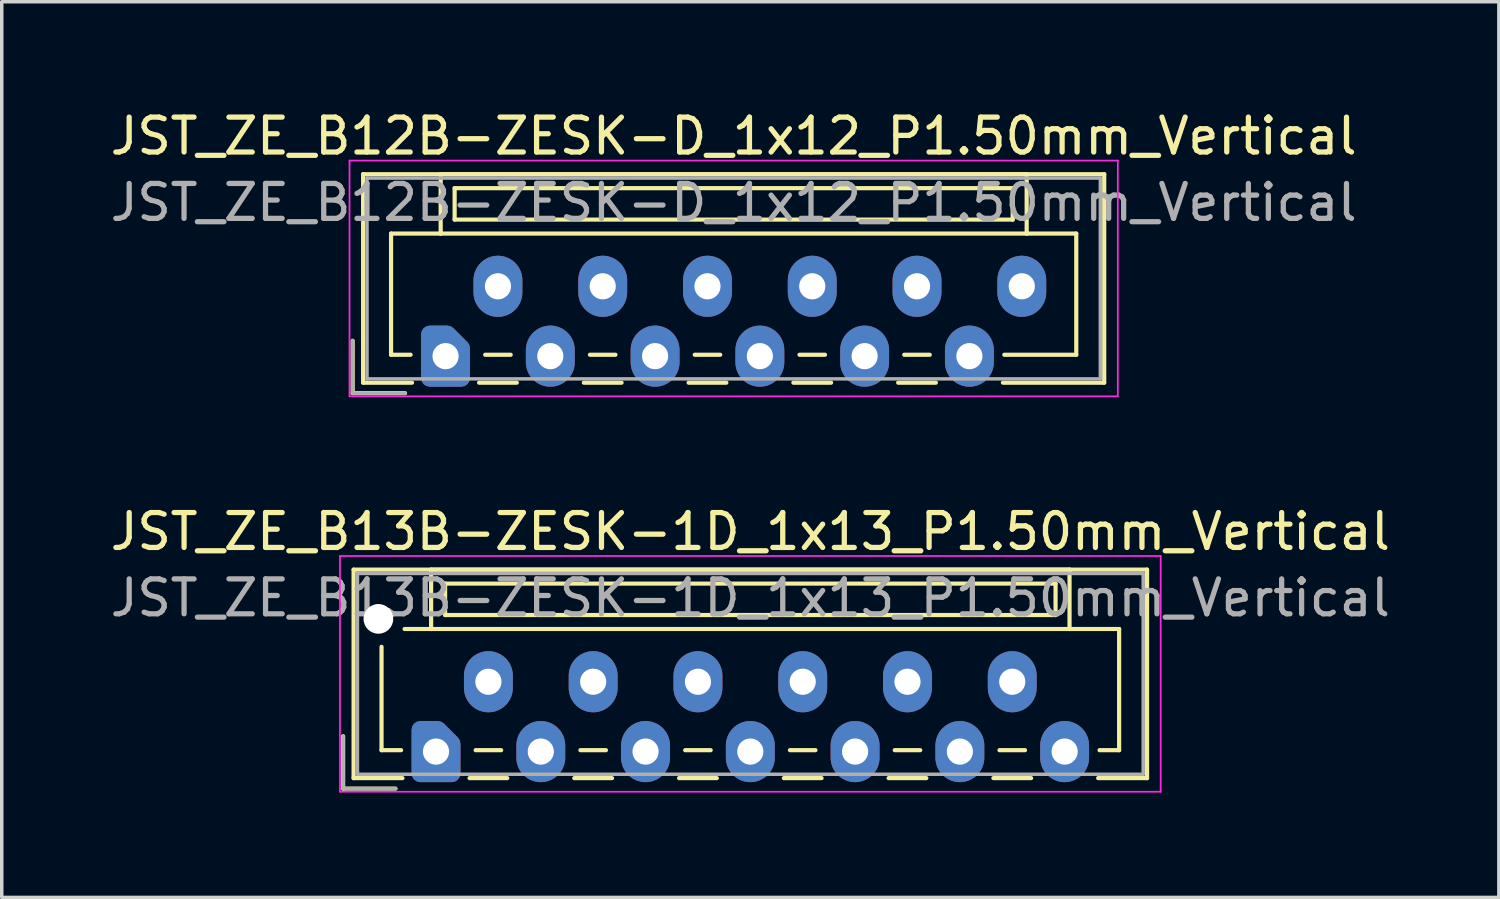
<source format=kicad_pcb>
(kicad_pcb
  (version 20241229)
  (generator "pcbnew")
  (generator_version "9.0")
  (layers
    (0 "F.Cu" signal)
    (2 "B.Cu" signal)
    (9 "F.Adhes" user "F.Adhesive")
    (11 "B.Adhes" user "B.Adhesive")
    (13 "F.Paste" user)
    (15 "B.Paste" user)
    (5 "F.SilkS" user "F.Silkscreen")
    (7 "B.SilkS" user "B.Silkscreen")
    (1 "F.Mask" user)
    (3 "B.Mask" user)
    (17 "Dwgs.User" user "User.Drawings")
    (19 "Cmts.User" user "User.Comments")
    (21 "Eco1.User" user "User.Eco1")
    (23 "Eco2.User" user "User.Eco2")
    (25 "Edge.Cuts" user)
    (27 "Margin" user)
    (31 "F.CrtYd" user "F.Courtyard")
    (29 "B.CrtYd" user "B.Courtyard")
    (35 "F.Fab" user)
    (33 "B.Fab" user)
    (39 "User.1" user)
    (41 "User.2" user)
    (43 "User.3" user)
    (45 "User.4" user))
  (footprint "JST_ZE_B13B-ZESK-1D_1x13_P1.50mm_Vertical"
    (layer "F.Cu")
    (at 9.435 18.471)
    (property "Reference" "JST_ZE_B13B-ZESK-1D_1x13_P1.50mm_Vertical" (at 9 -6.3 0) (layer "F.SilkS") (effects (font (size 1 1) (thickness 0.15))))
    (attr through_hole)
    (fp_line (start -2.66 -0.44) (end -2.66 1.06) (stroke (width 0.12) (type solid)) (layer "F.SilkS"))
    (fp_line (start -2.66 1.06) (end -1.16 1.06) (stroke (width 0.12) (type solid)) (layer "F.SilkS"))
    (fp_line (start -2.36 -5.21) (end 20.36 -5.21) (stroke (width 0.12) (type solid)) (layer "F.SilkS"))
    (fp_line (start -2.36 0.76) (end -2.36 -5.21) (stroke (width 0.12) (type solid)) (layer "F.SilkS"))
    (fp_line (start -1.56 -3) (end -1.56 -0.04) (stroke (width 0.12) (type solid)) (layer "F.SilkS"))
    (fp_line (start -1.56 -0.04) (end -1 -0.04) (stroke (width 0.12) (type solid)) (layer "F.SilkS"))
    (fp_line (start -0.96 0.76) (end -2.36 0.76) (stroke (width 0.12) (type solid)) (layer "F.SilkS"))
    (fp_line (start -0.14 -5.21) (end -0.14 -3.51) (stroke (width 0.12) (type solid)) (layer "F.SilkS"))
    (fp_line (start -0.14 -3.51) (end -0.9 -3.51) (stroke (width 0.12) (type solid)) (layer "F.SilkS"))
    (fp_line (start -0.14 -3.51) (end 18.14 -3.51) (stroke (width 0.12) (type solid)) (layer "F.SilkS"))
    (fp_line (start 0.26 -4.81) (end 0.26 -3.91) (stroke (width 0.12) (type solid)) (layer "F.SilkS"))
    (fp_line (start 0.26 -3.91) (end 17.74 -3.91) (stroke (width 0.12) (type solid)) (layer "F.SilkS"))
    (fp_line (start 0.96 0.76) (end 2.04 0.76) (stroke (width 0.12) (type solid)) (layer "F.SilkS"))
    (fp_line (start 1.135 -0.04) (end 1.865 -0.04) (stroke (width 0.12) (type solid)) (layer "F.SilkS"))
    (fp_line (start 3.96 0.76) (end 5.04 0.76) (stroke (width 0.12) (type solid)) (layer "F.SilkS"))
    (fp_line (start 4.135 -0.04) (end 4.865 -0.04) (stroke (width 0.12) (type solid)) (layer "F.SilkS"))
    (fp_line (start 6.96 0.76) (end 8.04 0.76) (stroke (width 0.12) (type solid)) (layer "F.SilkS"))
    (fp_line (start 7.135 -0.04) (end 7.865 -0.04) (stroke (width 0.12) (type solid)) (layer "F.SilkS"))
    (fp_line (start 9.96 0.76) (end 11.04 0.76) (stroke (width 0.12) (type solid)) (layer "F.SilkS"))
    (fp_line (start 10.135 -0.04) (end 10.865 -0.04) (stroke (width 0.12) (type solid)) (layer "F.SilkS"))
    (fp_line (start 12.96 0.76) (end 14.04 0.76) (stroke (width 0.12) (type solid)) (layer "F.SilkS"))
    (fp_line (start 13.135 -0.04) (end 13.865 -0.04) (stroke (width 0.12) (type solid)) (layer "F.SilkS"))
    (fp_line (start 15.96 0.76) (end 17.04 0.76) (stroke (width 0.12) (type solid)) (layer "F.SilkS"))
    (fp_line (start 16.135 -0.04) (end 16.865 -0.04) (stroke (width 0.12) (type solid)) (layer "F.SilkS"))
    (fp_line (start 17.74 -4.81) (end 0.26 -4.81) (stroke (width 0.12) (type solid)) (layer "F.SilkS"))
    (fp_line (start 17.74 -3.91) (end 17.74 -4.81) (stroke (width 0.12) (type solid)) (layer "F.SilkS"))
    (fp_line (start 18.14 -5.21) (end -0.14 -5.21) (stroke (width 0.12) (type solid)) (layer "F.SilkS"))
    (fp_line (start 18.14 -3.51) (end 18.14 -5.21) (stroke (width 0.12) (type solid)) (layer "F.SilkS"))
    (fp_line (start 18.14 -3.51) (end 19.56 -3.51) (stroke (width 0.12) (type solid)) (layer "F.SilkS"))
    (fp_line (start 19.56 -3.51) (end 19.56 -0.04) (stroke (width 0.12) (type solid)) (layer "F.SilkS"))
    (fp_line (start 19.56 -0.04) (end 19 -0.04) (stroke (width 0.12) (type solid)) (layer "F.SilkS"))
    (fp_line (start 20.36 -5.21) (end 20.36 0.76) (stroke (width 0.12) (type solid)) (layer "F.SilkS"))
    (fp_line (start 20.36 0.76) (end 18.96 0.76) (stroke (width 0.12) (type solid)) (layer "F.SilkS"))
    (fp_line (start -2.75 -5.6) (end -2.75 1.15) (stroke (width 0.05) (type solid)) (layer "F.CrtYd"))
    (fp_line (start -2.75 1.15) (end 20.75 1.15) (stroke (width 0.05) (type solid)) (layer "F.CrtYd"))
    (fp_line (start 20.75 -5.6) (end -2.75 -5.6) (stroke (width 0.05) (type solid)) (layer "F.CrtYd"))
    (fp_line (start 20.75 1.15) (end 20.75 -5.6) (stroke (width 0.05) (type solid)) (layer "F.CrtYd"))
    (fp_line (start -2.66 -0.44) (end -2.66 1.06) (stroke (width 0.1) (type solid)) (layer "F.Fab"))
    (fp_line (start -2.66 1.06) (end -1.16 1.06) (stroke (width 0.1) (type solid)) (layer "F.Fab"))
    (fp_line (start -2.25 -5.1) (end -2.25 0.65) (stroke (width 0.1) (type solid)) (layer "F.Fab"))
    (fp_line (start -2.25 0.65) (end 20.25 0.65) (stroke (width 0.1) (type solid)) (layer "F.Fab"))
    (fp_line (start 20.25 -5.1) (end -2.25 -5.1) (stroke (width 0.1) (type solid)) (layer "F.Fab"))
    (fp_line (start 20.25 0.65) (end 20.25 -5.1) (stroke (width 0.1) (type solid)) (layer "F.Fab"))
    (fp_text user "${REFERENCE}" (at 9 -4.4 0) (layer "F.Fab") (effects (font (size 1 1) (thickness 0.15))))
    (pad "" np_thru_hole circle (at -1.65 -3.8) (size 0.85 0.85) (drill 0.85) (layers "*.Cu" "*.Mask"))
    (pad "1" thru_hole custom (at 0 0) (size 1.117 1.117) (drill 0.75) (layers "*.Cu" "*.Mask") (options (anchor circle)) (primitives (gr_poly (pts (xy 0.45 -0.225) (xy 0.45 0.625) (xy -0.45 0.625) (xy -0.45 -0.625) (xy 0.05 -0.625)) (width 0.5) (fill yes))))
    (pad "2" thru_hole oval (at 1.5 -2) (size 1.4 1.75) (drill 0.75) (layers "*.Cu" "*.Mask"))
    (pad "3" thru_hole oval (at 3 0) (size 1.4 1.75) (drill 0.75) (layers "*.Cu" "*.Mask"))
    (pad "4" thru_hole oval (at 4.5 -2) (size 1.4 1.75) (drill 0.75) (layers "*.Cu" "*.Mask"))
    (pad "5" thru_hole oval (at 6 0) (size 1.4 1.75) (drill 0.75) (layers "*.Cu" "*.Mask"))
    (pad "6" thru_hole oval (at 7.5 -2) (size 1.4 1.75) (drill 0.75) (layers "*.Cu" "*.Mask"))
    (pad "7" thru_hole oval (at 9 0) (size 1.4 1.75) (drill 0.75) (layers "*.Cu" "*.Mask"))
    (pad "8" thru_hole oval (at 10.5 -2) (size 1.4 1.75) (drill 0.75) (layers "*.Cu" "*.Mask"))
    (pad "9" thru_hole oval (at 12 0) (size 1.4 1.75) (drill 0.75) (layers "*.Cu" "*.Mask"))
    (pad "10" thru_hole oval (at 13.5 -2) (size 1.4 1.75) (drill 0.75) (layers "*.Cu" "*.Mask"))
    (pad "11" thru_hole oval (at 15 0) (size 1.4 1.75) (drill 0.75) (layers "*.Cu" "*.Mask"))
    (pad "12" thru_hole oval (at 16.5 -2) (size 1.4 1.75) (drill 0.75) (layers "*.Cu" "*.Mask"))
    (pad "13" thru_hole oval (at 18 0) (size 1.4 1.75) (drill 0.75) (layers "*.Cu" "*.Mask")))
  (footprint "JST_ZE_B12B-ZESK-D_1x12_P1.50mm_Vertical"
    (layer "F.Cu")
    (at 9.708 7.148)
    (property "Reference" "JST_ZE_B12B-ZESK-D_1x12_P1.50mm_Vertical" (at 8.25 -6.3 0) (layer "F.SilkS") (effects (font (size 1 1) (thickness 0.15))))
    (attr through_hole)
    (fp_line (start -2.66 -0.44) (end -2.66 1.06) (stroke (width 0.12) (type solid)) (layer "F.SilkS"))
    (fp_line (start -2.66 1.06) (end -1.16 1.06) (stroke (width 0.12) (type solid)) (layer "F.SilkS"))
    (fp_line (start -2.36 -5.21) (end 18.86 -5.21) (stroke (width 0.12) (type solid)) (layer "F.SilkS"))
    (fp_line (start -2.36 0.76) (end -2.36 -5.21) (stroke (width 0.12) (type solid)) (layer "F.SilkS"))
    (fp_line (start -1.56 -3.51) (end -1.56 -0.04) (stroke (width 0.12) (type solid)) (layer "F.SilkS"))
    (fp_line (start -1.56 -0.04) (end -1 -0.04) (stroke (width 0.12) (type solid)) (layer "F.SilkS"))
    (fp_line (start -0.96 0.76) (end -2.36 0.76) (stroke (width 0.12) (type solid)) (layer "F.SilkS"))
    (fp_line (start -0.14 -5.21) (end -0.14 -3.51) (stroke (width 0.12) (type solid)) (layer "F.SilkS"))
    (fp_line (start -0.14 -3.51) (end -1.56 -3.51) (stroke (width 0.12) (type solid)) (layer "F.SilkS"))
    (fp_line (start -0.14 -3.51) (end 16.64 -3.51) (stroke (width 0.12) (type solid)) (layer "F.SilkS"))
    (fp_line (start 0.26 -4.81) (end 0.26 -3.91) (stroke (width 0.12) (type solid)) (layer "F.SilkS"))
    (fp_line (start 0.26 -3.91) (end 16.24 -3.91) (stroke (width 0.12) (type solid)) (layer "F.SilkS"))
    (fp_line (start 0.96 0.76) (end 2.04 0.76) (stroke (width 0.12) (type solid)) (layer "F.SilkS"))
    (fp_line (start 1.135 -0.04) (end 1.865 -0.04) (stroke (width 0.12) (type solid)) (layer "F.SilkS"))
    (fp_line (start 3.96 0.76) (end 5.04 0.76) (stroke (width 0.12) (type solid)) (layer "F.SilkS"))
    (fp_line (start 4.135 -0.04) (end 4.865 -0.04) (stroke (width 0.12) (type solid)) (layer "F.SilkS"))
    (fp_line (start 6.96 0.76) (end 8.04 0.76) (stroke (width 0.12) (type solid)) (layer "F.SilkS"))
    (fp_line (start 7.135 -0.04) (end 7.865 -0.04) (stroke (width 0.12) (type solid)) (layer "F.SilkS"))
    (fp_line (start 9.96 0.76) (end 11.04 0.76) (stroke (width 0.12) (type solid)) (layer "F.SilkS"))
    (fp_line (start 10.135 -0.04) (end 10.865 -0.04) (stroke (width 0.12) (type solid)) (layer "F.SilkS"))
    (fp_line (start 12.96 0.76) (end 14.04 0.76) (stroke (width 0.12) (type solid)) (layer "F.SilkS"))
    (fp_line (start 13.135 -0.04) (end 13.865 -0.04) (stroke (width 0.12) (type solid)) (layer "F.SilkS"))
    (fp_line (start 16.24 -4.81) (end 0.26 -4.81) (stroke (width 0.12) (type solid)) (layer "F.SilkS"))
    (fp_line (start 16.24 -3.91) (end 16.24 -4.81) (stroke (width 0.12) (type solid)) (layer "F.SilkS"))
    (fp_line (start 16.64 -5.21) (end -0.14 -5.21) (stroke (width 0.12) (type solid)) (layer "F.SilkS"))
    (fp_line (start 16.64 -3.51) (end 16.64 -5.21) (stroke (width 0.12) (type solid)) (layer "F.SilkS"))
    (fp_line (start 16.64 -3.51) (end 18.06 -3.51) (stroke (width 0.12) (type solid)) (layer "F.SilkS"))
    (fp_line (start 18.06 -3.51) (end 18.06 -0.04) (stroke (width 0.12) (type solid)) (layer "F.SilkS"))
    (fp_line (start 18.06 -0.04) (end 16 -0.04) (stroke (width 0.12) (type solid)) (layer "F.SilkS"))
    (fp_line (start 18.86 -5.21) (end 18.86 0.76) (stroke (width 0.12) (type solid)) (layer "F.SilkS"))
    (fp_line (start 18.86 0.76) (end 15.96 0.76) (stroke (width 0.12) (type solid)) (layer "F.SilkS"))
    (fp_line (start -2.75 -5.6) (end -2.75 1.15) (stroke (width 0.05) (type solid)) (layer "F.CrtYd"))
    (fp_line (start -2.75 1.15) (end 19.25 1.15) (stroke (width 0.05) (type solid)) (layer "F.CrtYd"))
    (fp_line (start 19.25 -5.6) (end -2.75 -5.6) (stroke (width 0.05) (type solid)) (layer "F.CrtYd"))
    (fp_line (start 19.25 1.15) (end 19.25 -5.6) (stroke (width 0.05) (type solid)) (layer "F.CrtYd"))
    (fp_line (start -2.66 -0.44) (end -2.66 1.06) (stroke (width 0.1) (type solid)) (layer "F.Fab"))
    (fp_line (start -2.66 1.06) (end -1.16 1.06) (stroke (width 0.1) (type solid)) (layer "F.Fab"))
    (fp_line (start -2.25 -5.1) (end -2.25 0.65) (stroke (width 0.1) (type solid)) (layer "F.Fab"))
    (fp_line (start -2.25 0.65) (end 18.75 0.65) (stroke (width 0.1) (type solid)) (layer "F.Fab"))
    (fp_line (start 18.75 -5.1) (end -2.25 -5.1) (stroke (width 0.1) (type solid)) (layer "F.Fab"))
    (fp_line (start 18.75 0.65) (end 18.75 -5.1) (stroke (width 0.1) (type solid)) (layer "F.Fab"))
    (fp_text user "${REFERENCE}" (at 8.25 -4.4 0) (layer "F.Fab") (effects (font (size 1 1) (thickness 0.15))))
    (pad "1" thru_hole custom (at 0 0) (size 1.117 1.117) (drill 0.75) (layers "*.Cu" "*.Mask") (options (anchor circle)) (primitives (gr_poly (pts (xy 0.45 -0.225) (xy 0.45 0.625) (xy -0.45 0.625) (xy -0.45 -0.625) (xy 0.05 -0.625)) (width 0.5) (fill yes))))
    (pad "2" thru_hole oval (at 1.5 -2) (size 1.4 1.75) (drill 0.75) (layers "*.Cu" "*.Mask"))
    (pad "3" thru_hole oval (at 3 0) (size 1.4 1.75) (drill 0.75) (layers "*.Cu" "*.Mask"))
    (pad "4" thru_hole oval (at 4.5 -2) (size 1.4 1.75) (drill 0.75) (layers "*.Cu" "*.Mask"))
    (pad "5" thru_hole oval (at 6 0) (size 1.4 1.75) (drill 0.75) (layers "*.Cu" "*.Mask"))
    (pad "6" thru_hole oval (at 7.5 -2) (size 1.4 1.75) (drill 0.75) (layers "*.Cu" "*.Mask"))
    (pad "7" thru_hole oval (at 9 0) (size 1.4 1.75) (drill 0.75) (layers "*.Cu" "*.Mask"))
    (pad "8" thru_hole oval (at 10.5 -2) (size 1.4 1.75) (drill 0.75) (layers "*.Cu" "*.Mask"))
    (pad "9" thru_hole oval (at 12 0) (size 1.4 1.75) (drill 0.75) (layers "*.Cu" "*.Mask"))
    (pad "10" thru_hole oval (at 13.5 -2) (size 1.4 1.75) (drill 0.75) (layers "*.Cu" "*.Mask"))
    (pad "11" thru_hole oval (at 15 0) (size 1.4 1.75) (drill 0.75) (layers "*.Cu" "*.Mask"))
    (pad "12" thru_hole oval (at 16.5 -2) (size 1.4 1.75) (drill 0.75) (layers "*.Cu" "*.Mask")))
  (gr_rect
    (start -3 -3)
    (end 39.869 22.646)
    (stroke (width 0.1) (type default))
    (fill no)
    (layer "Edge.Cuts")))
</source>
